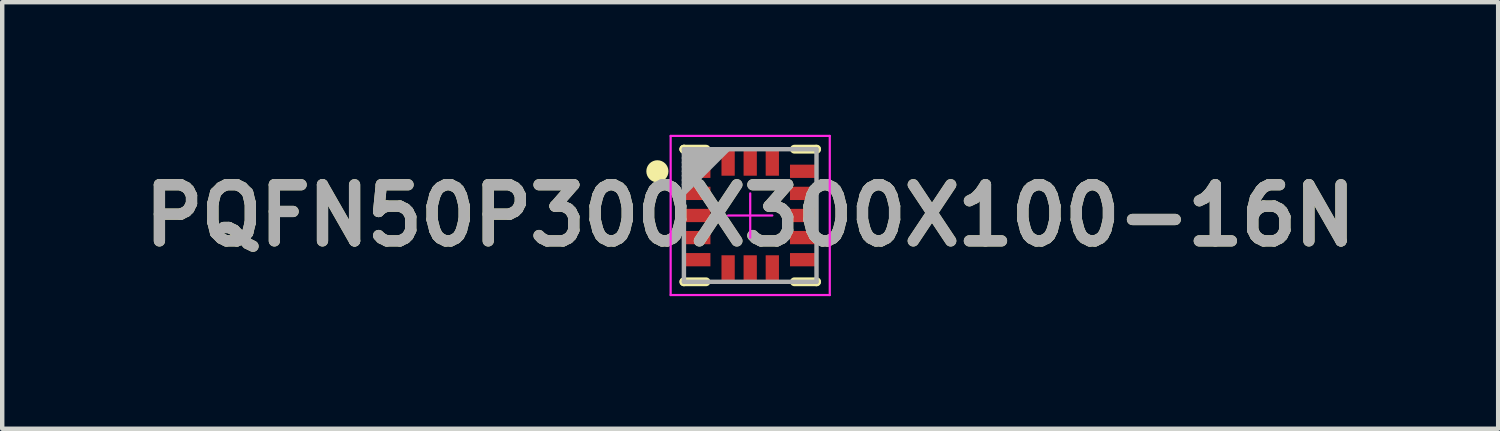
<source format=kicad_pcb>
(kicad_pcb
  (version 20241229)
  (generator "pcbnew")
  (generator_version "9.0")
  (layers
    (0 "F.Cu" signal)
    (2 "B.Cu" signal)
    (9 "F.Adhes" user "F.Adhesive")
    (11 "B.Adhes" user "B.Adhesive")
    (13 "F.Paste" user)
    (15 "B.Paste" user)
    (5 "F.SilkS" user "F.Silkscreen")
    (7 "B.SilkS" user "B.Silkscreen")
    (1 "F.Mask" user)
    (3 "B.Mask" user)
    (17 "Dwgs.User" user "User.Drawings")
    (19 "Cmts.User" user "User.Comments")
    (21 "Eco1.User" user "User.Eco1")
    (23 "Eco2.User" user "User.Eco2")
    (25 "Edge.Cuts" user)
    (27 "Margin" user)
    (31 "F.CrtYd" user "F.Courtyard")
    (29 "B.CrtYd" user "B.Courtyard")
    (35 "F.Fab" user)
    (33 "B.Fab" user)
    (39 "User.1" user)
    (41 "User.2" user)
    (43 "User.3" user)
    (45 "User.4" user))
  (footprint "PQFN50P300X300X100-16N"
    (layer "F.Cu")
    (at 13.922 1.825)
    (property "Reference" "PQFN50P300X300X100-16N" (at 0 0 0) (layer "F.SilkS") (effects (font (size 1.27 1.27) (thickness 0.254))))
    (attr smd)
    (fp_line (start -1.5 -1.5) (end -1.5 -1.5) (stroke (width 0.2) (type solid)) (layer "F.SilkS"))
    (fp_line (start -1.5 -1.5) (end -1.5 -1.5) (stroke (width 0.2) (type solid)) (layer "F.SilkS"))
    (fp_line (start -1.5 -1.5) (end -1 -1.5) (stroke (width 0.2) (type solid)) (layer "F.SilkS"))
    (fp_line (start -1.5 1.5) (end -1.5 1.5) (stroke (width 0.2) (type solid)) (layer "F.SilkS"))
    (fp_line (start -1.5 1.5) (end -1 1.5) (stroke (width 0.2) (type solid)) (layer "F.SilkS"))
    (fp_line (start 1.5 -1.5) (end 1 -1.5) (stroke (width 0.2) (type solid)) (layer "F.SilkS"))
    (fp_line (start 1.5 -1.5) (end 1.5 -1.5) (stroke (width 0.2) (type solid)) (layer "F.SilkS"))
    (fp_line (start 1.5 1.5) (end 1 1.5) (stroke (width 0.2) (type solid)) (layer "F.SilkS"))
    (fp_line (start 1.5 1.5) (end 1.5 1.5) (stroke (width 0.2) (type solid)) (layer "F.SilkS"))
    (fp_circle (center -2.1 -1) (end -2.1 -0.875) (stroke (width 0.25) (type solid)) (fill no) (layer "F.SilkS"))
    (fp_line (start -1.8 -1.8) (end 1.8 -1.8) (stroke (width 0.05) (type solid)) (layer "F.CrtYd"))
    (fp_line (start -1.8 1.8) (end -1.8 -1.8) (stroke (width 0.05) (type solid)) (layer "F.CrtYd"))
    (fp_line (start -1.55 -1.55) (end 1.55 -1.55) (stroke (width 0.001) (type solid)) (layer "F.CrtYd"))
    (fp_line (start -1.55 1.55) (end -1.55 -1.55) (stroke (width 0.001) (type solid)) (layer "F.CrtYd"))
    (fp_line (start -0.5 0) (end 0.5 0) (stroke (width 0.05) (type solid)) (layer "F.CrtYd"))
    (fp_line (start 0 0.5) (end 0 -0.5) (stroke (width 0.05) (type solid)) (layer "F.CrtYd"))
    (fp_line (start 1.55 -1.55) (end 1.55 1.55) (stroke (width 0.001) (type solid)) (layer "F.CrtYd"))
    (fp_line (start 1.55 1.55) (end -1.55 1.55) (stroke (width 0.001) (type solid)) (layer "F.CrtYd"))
    (fp_line (start 1.8 -1.8) (end 1.8 1.8) (stroke (width 0.05) (type solid)) (layer "F.CrtYd"))
    (fp_line (start 1.8 1.8) (end -1.8 1.8) (stroke (width 0.05) (type solid)) (layer "F.CrtYd"))
    (fp_line (start -1.5 -1.5) (end 1.5 -1.5) (stroke (width 0.1) (type solid)) (layer "F.Fab"))
    (fp_line (start -1.5 1.5) (end -1.5 -1.5) (stroke (width 0.1) (type solid)) (layer "F.Fab"))
    (fp_line (start -1.4 -1.5) (end -1.5 -1.4) (stroke (width 0.1) (type solid)) (layer "F.Fab"))
    (fp_line (start -1.3 -1.5) (end -1.5 -1.3) (stroke (width 0.1) (type solid)) (layer "F.Fab"))
    (fp_line (start -1.2 -1.5) (end -1.5 -1.2) (stroke (width 0.1) (type solid)) (layer "F.Fab"))
    (fp_line (start -1.1 -1.5) (end -1.5 -1.1) (stroke (width 0.1) (type solid)) (layer "F.Fab"))
    (fp_line (start -1 -1.5) (end -1.5 -1) (stroke (width 0.1) (type solid)) (layer "F.Fab"))
    (fp_line (start -0.9 -1.5) (end -1.5 -0.9) (stroke (width 0.1) (type solid)) (layer "F.Fab"))
    (fp_line (start -0.8 -1.5) (end -1.5 -0.8) (stroke (width 0.1) (type solid)) (layer "F.Fab"))
    (fp_line (start -0.7 -1.5) (end -1.5 -0.7) (stroke (width 0.1) (type solid)) (layer "F.Fab"))
    (fp_line (start -0.6 -1.5) (end -1.5 -0.6) (stroke (width 0.1) (type solid)) (layer "F.Fab"))
    (fp_line (start -0.5 -1.5) (end -1.5 -0.5) (stroke (width 0.1) (type solid)) (layer "F.Fab"))
    (fp_line (start 1.5 -1.5) (end 1.5 1.5) (stroke (width 0.1) (type solid)) (layer "F.Fab"))
    (fp_line (start 1.5 1.5) (end -1.5 1.5) (stroke (width 0.1) (type solid)) (layer "F.Fab"))
    (fp_text user "${REFERENCE}" (at 0 0 0) (layer "F.Fab") (effects (font (size 1.27 1.27) (thickness 0.254))))
    (pad "1" smd rect (at -1.2 -1 90) (size 0.3 0.6) (layers "F.Cu" "F.Mask" "F.Paste"))
    (pad "2" smd rect (at -1.2 -0.5 90) (size 0.3 0.6) (layers "F.Cu" "F.Mask" "F.Paste"))
    (pad "3" smd rect (at -1.2 0 90) (size 0.3 0.6) (layers "F.Cu" "F.Mask" "F.Paste"))
    (pad "4" smd rect (at -1.2 0.5 90) (size 0.3 0.6) (layers "F.Cu" "F.Mask" "F.Paste"))
    (pad "5" smd rect (at -1.2 1 90) (size 0.3 0.6) (layers "F.Cu" "F.Mask" "F.Paste"))
    (pad "6" smd rect (at -0.5 1.2) (size 0.3 0.6) (layers "F.Cu" "F.Mask" "F.Paste"))
    (pad "7" smd rect (at 0 1.2) (size 0.3 0.6) (layers "F.Cu" "F.Mask" "F.Paste"))
    (pad "8" smd rect (at 0.5 1.2) (size 0.3 0.6) (layers "F.Cu" "F.Mask" "F.Paste"))
    (pad "9" smd rect (at 1.2 1 90) (size 0.3 0.6) (layers "F.Cu" "F.Mask" "F.Paste"))
    (pad "10" smd rect (at 1.2 0.5 90) (size 0.3 0.6) (layers "F.Cu" "F.Mask" "F.Paste"))
    (pad "11" smd rect (at 1.2 0 90) (size 0.3 0.6) (layers "F.Cu" "F.Mask" "F.Paste"))
    (pad "12" smd rect (at 1.2 -0.5 90) (size 0.3 0.6) (layers "F.Cu" "F.Mask" "F.Paste"))
    (pad "13" smd rect (at 1.2 -1 90) (size 0.3 0.6) (layers "F.Cu" "F.Mask" "F.Paste"))
    (pad "14" smd rect (at 0.5 -1.2) (size 0.3 0.6) (layers "F.Cu" "F.Mask" "F.Paste"))
    (pad "15" smd rect (at 0 -1.2) (size 0.3 0.6) (layers "F.Cu" "F.Mask" "F.Paste"))
    (pad "16" smd rect (at -0.5 -1.2) (size 0.3 0.6) (layers "F.Cu" "F.Mask" "F.Paste")))
  (gr_rect
    (start -3 -3)
    (end 30.843 6.65)
    (stroke (width 0.1) (type default))
    (fill no)
    (layer "Edge.Cuts")))
</source>
